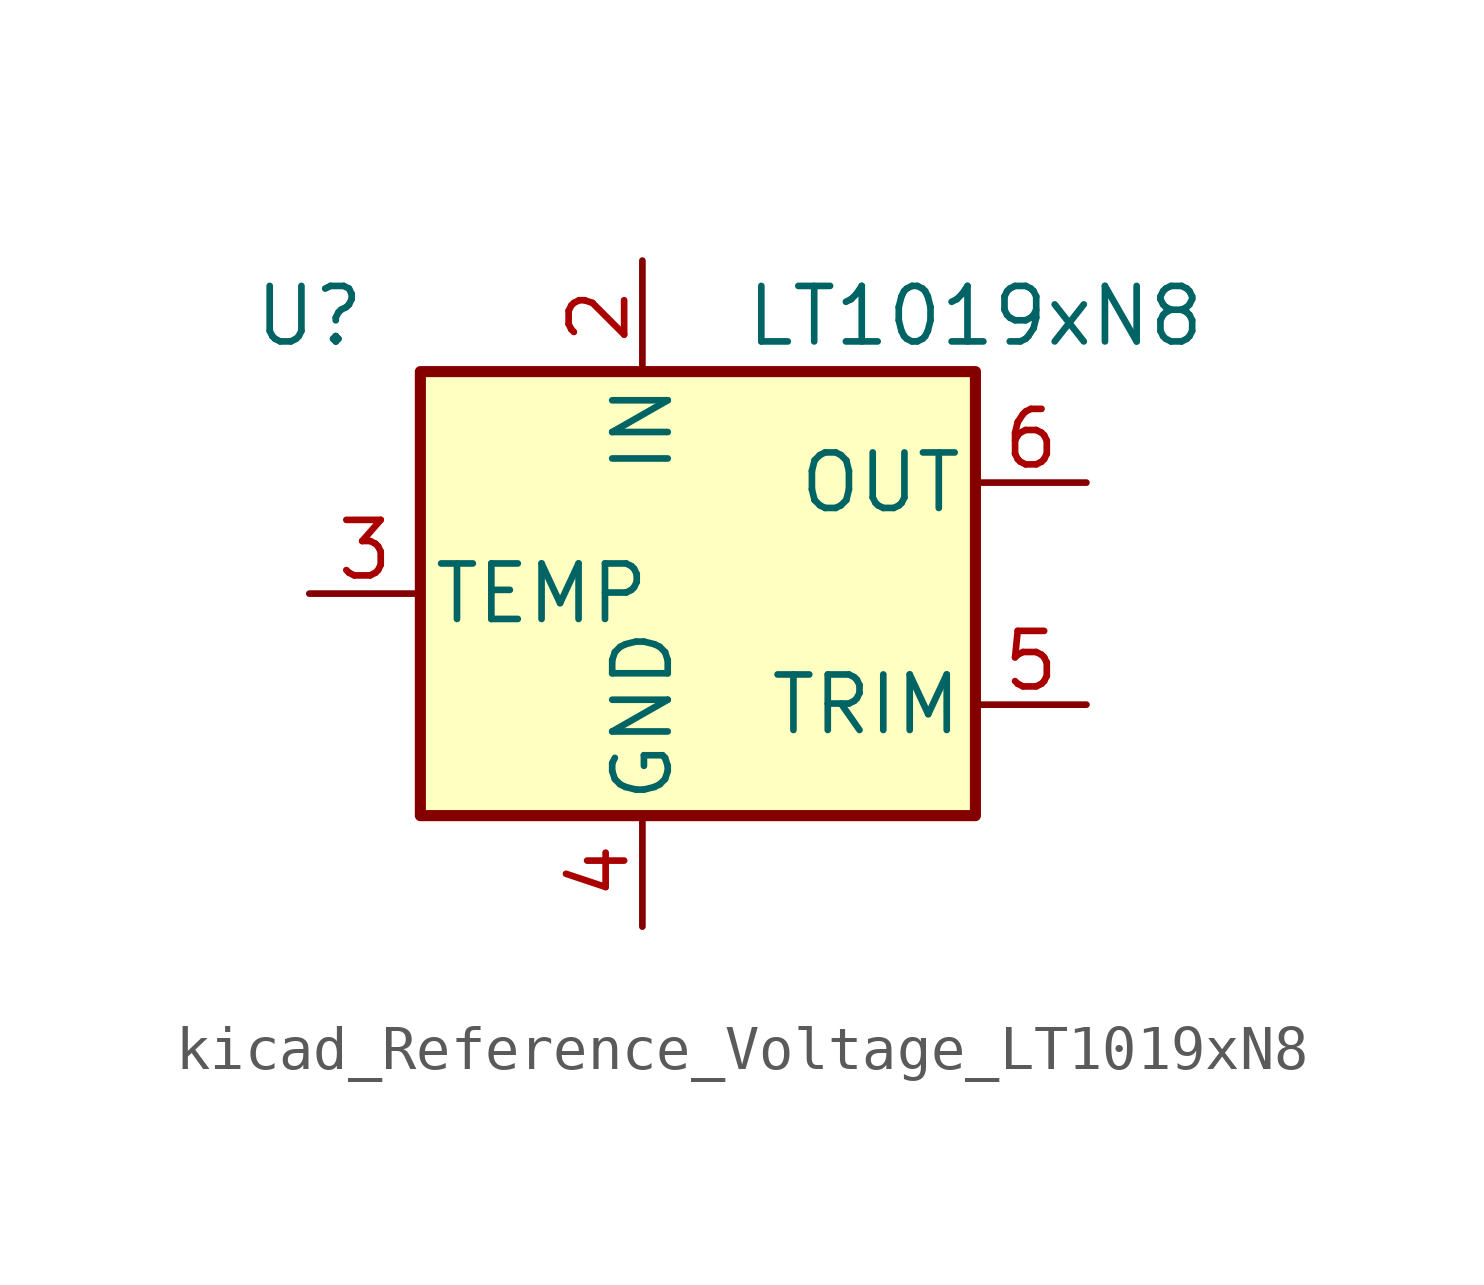
<source format=kicad_sym>
(kicad_symbol_lib
  (version 20220914)
  (generator kicad_symbol_editor)
  (symbol "kicad_Reference_Voltage_LT1019xN8"
    (pin_names
      (offset 0.254))
    (property "Reference" "U"
      (at -7.62 6.35 0)
      (effects (font (size 1.27 1.27))))
    (property "Value" "LT1019xN8"
      (at 7.62 6.35 0)
      (effects (font (size 1.27 1.27))))
    (symbol "kicad_Reference_Voltage_LT1019xN8_0_1"
      (rectangle (start 7.62 5.08) (end -5.08 -5.08) (stroke (width 0.254) (type default)) (fill (type background))))
    (symbol "kicad_Reference_Voltage_LT1019xN8_1_0"
      (pin no_connect line (at -5.08 2.54 0) (length 2.54) hide (name "DNC" (effects (font (size 1.27 1.27)))) (number "1" (effects (font (size 1.27 1.27)))))
      (pin power_in line (at 0 7.62 270) (length 2.54) (name "IN" (effects (font (size 1.27 1.27)))) (number "2" (effects (font (size 1.27 1.27)))))
      (pin passive line (at -7.62 0 0) (length 2.54) (name "TEMP" (effects (font (size 1.27 1.27)))) (number "3" (effects (font (size 1.27 1.27)))))
      (pin power_in line (at 0 -7.62 90) (length 2.54) (name "GND" (effects (font (size 1.27 1.27)))) (number "4" (effects (font (size 1.27 1.27)))))
      (pin passive line (at 10.16 -2.54 180) (length 2.54) (name "TRIM" (effects (font (size 1.27 1.27)))) (number "5" (effects (font (size 1.27 1.27)))))
      (pin power_out line (at 10.16 2.54 180) (length 2.54) (name "OUT" (effects (font (size 1.27 1.27)))) (number "6" (effects (font (size 1.27 1.27)))))
      (pin no_connect line (at 7.62 0 180) (length 2.54) hide (name "DNC" (effects (font (size 1.27 1.27)))) (number "7" (effects (font (size 1.27 1.27)))))
      (pin no_connect line (at -5.08 -2.54 0) (length 2.54) hide (name "DNC" (effects (font (size 1.27 1.27)))) (number "8" (effects (font (size 1.27 1.27))))))))
</source>
